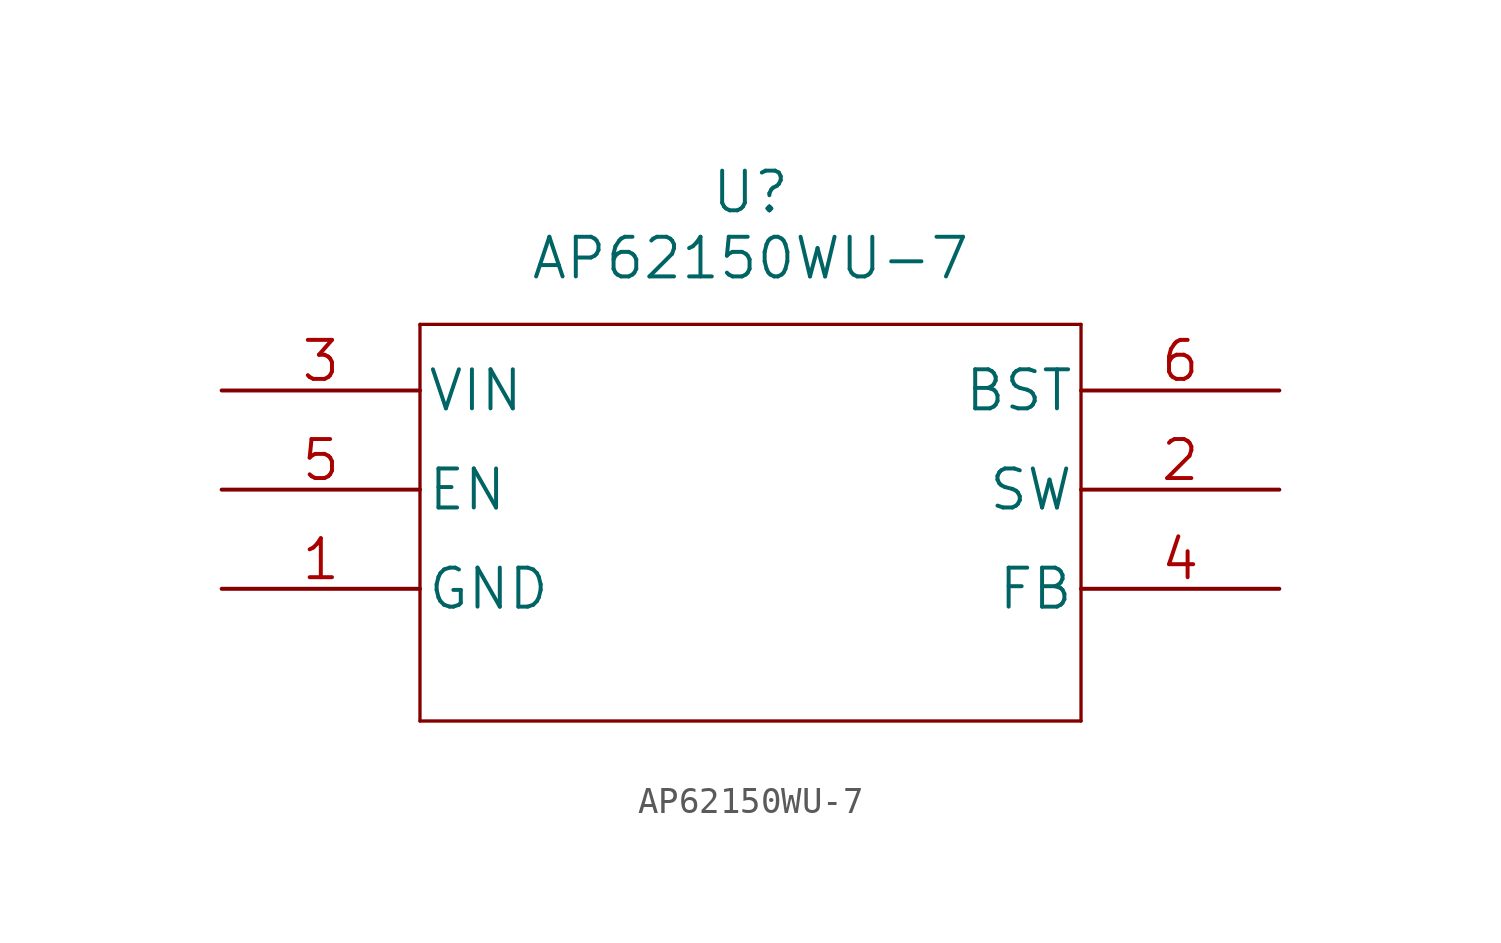
<source format=kicad_sym>
(kicad_symbol_lib
  (version 20211014)
  (generator kicad_symbol_editor)
  (symbol "AP62150WU-7"
    (pin_names
      (offset 0.254))
    (property "Reference" "U"
      (at 20.32 10.16 0)
      (effects (font (size 1.524 1.524))))
    (property "Value" "AP62150WU-7"
      (at 20.32 7.62 0)
      (effects (font (size 1.524 1.524))))
    (property "Datasheet" ""
      (at 0 0 0)
      (effects (font (size 1.524 1.524))))
    (property "ki_locked" ""
      (at 0 0 0)
      (effects (font (size 1.27 1.27))))
    (symbol "AP62150WU-7_1_1"
      (polyline (pts (xy 7.62 -10.16) (xy 33.02 -10.16)) (stroke (width 0.127) (type default) (color 0 0 0 0)) (fill (type none)))
      (polyline (pts (xy 7.62 5.08) (xy 7.62 -10.16)) (stroke (width 0.127) (type default) (color 0 0 0 0)) (fill (type none)))
      (polyline (pts (xy 33.02 -10.16) (xy 33.02 5.08)) (stroke (width 0.127) (type default) (color 0 0 0 0)) (fill (type none)))
      (polyline (pts (xy 33.02 5.08) (xy 7.62 5.08)) (stroke (width 0.127) (type default) (color 0 0 0 0)) (fill (type none)))
      (pin power_in line (at 0 -5.08 0) (length 7.62) (name "GND" (effects (font (size 1.499 1.499)))) (number "1" (effects (font (size 1.499 1.499)))))
      (pin unspecified line (at 40.64 -1.27 180) (length 7.62) (name "SW" (effects (font (size 1.499 1.499)))) (number "2" (effects (font (size 1.499 1.499)))))
      (pin power_in line (at 0 2.54 0) (length 7.62) (name "VIN" (effects (font (size 1.499 1.499)))) (number "3" (effects (font (size 1.499 1.499)))))
      (pin unspecified line (at 40.64 -5.08 180) (length 7.62) (name "FB" (effects (font (size 1.499 1.499)))) (number "4" (effects (font (size 1.499 1.499)))))
      (pin input line (at 0 -1.27 0) (length 7.62) (name "EN" (effects (font (size 1.499 1.499)))) (number "5" (effects (font (size 1.499 1.499)))))
      (pin input line (at 40.64 2.54 180) (length 7.62) (name "BST" (effects (font (size 1.499 1.499)))) (number "6" (effects (font (size 1.499 1.499))))))))
</source>
